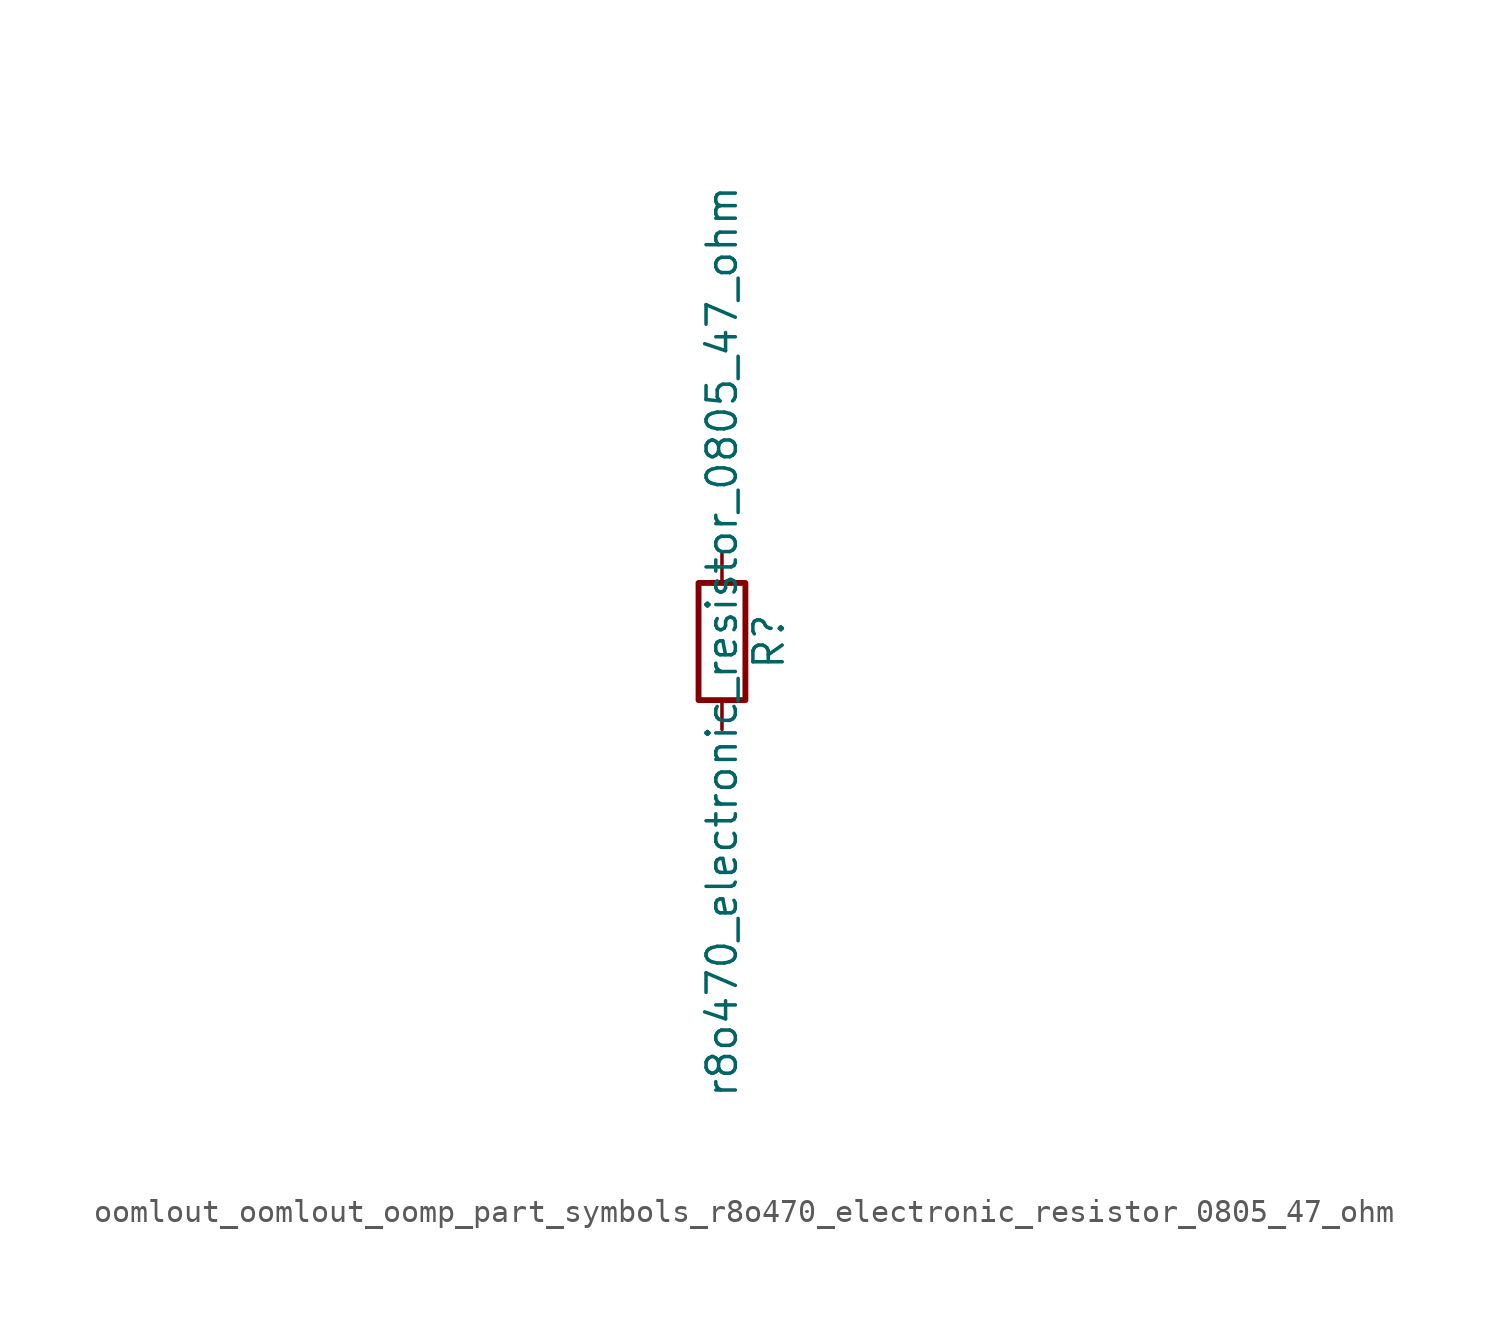
<source format=kicad_sym>
(kicad_symbol_lib
  (version 20220914)
  (generator kicad_symbol_editor)
  (symbol "oomlout_oomlout_oomp_part_symbols_r8o470_electronic_resistor_0805_47_ohm"
    (pin_numbers hide)
    (pin_names
      (offset 0))
    (property "Reference" "R"
      (at 2.032 0 90)
      (effects (font (size 1.27 1.27))))
    (property "Value" "r8o470_electronic_resistor_0805_47_ohm"
      (at 0 0 90)
      (effects (font (size 1.27 1.27))))
    (symbol "oomlout_oomlout_oomp_part_symbols_r8o470_electronic_resistor_0805_47_ohm_0_1"
      (rectangle (start -1.016 -2.54) (end 1.016 2.54) (stroke (width 0.254) (type default)) (fill (type none))))
    (symbol "oomlout_oomlout_oomp_part_symbols_r8o470_electronic_resistor_0805_47_ohm_1_1"
      (pin passive line (at 0 3.81 270) (length 1.27) (name "~" (effects (font (size 1.27 1.27)))) (number "1" (effects (font (size 1.27 1.27)))))
      (pin passive line (at 0 -3.81 90) (length 1.27) (name "~" (effects (font (size 1.27 1.27)))) (number "2" (effects (font (size 1.27 1.27))))))))
</source>
